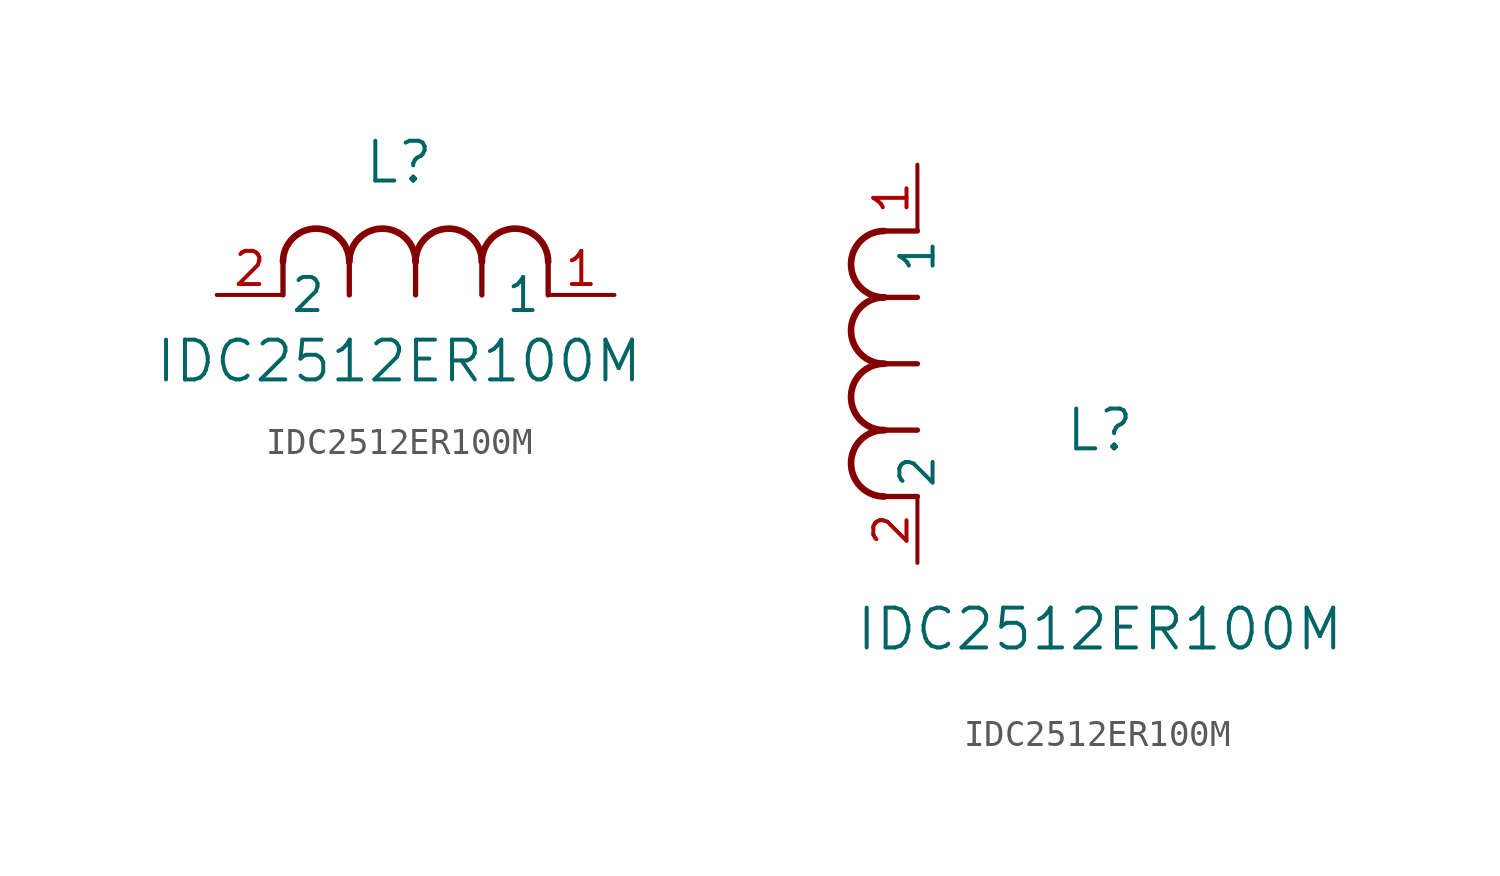
<source format=kicad_sym>
(kicad_symbol_lib
  (version 20211014)
  (generator kicad_symbol_editor)
  (symbol "IDC2512ER100M"
    (pin_names
      (offset 0.254))
    (property "Reference" "L"
      (at 6.985 5.08 0)
      (effects (font (size 1.524 1.524))))
    (property "Value" "IDC2512ER100M"
      (at 6.985 -2.54 0)
      (effects (font (size 1.524 1.524))))
    (symbol "IDC2512ER100M_1_1"
      (arc (start 7.62 1.27) (mid 6.35 2.54) (end 5.08 1.27) (stroke (width 0.254) (type default) (color 0 0 0 0)) (fill (type none)))
      (polyline (pts (xy 5.08 0) (xy 5.08 1.27)) (stroke (width 0.203) (type default) (color 0 0 0 0)) (fill (type none)))
      (polyline (pts (xy 7.62 0) (xy 7.62 1.27)) (stroke (width 0.203) (type default) (color 0 0 0 0)) (fill (type none)))
      (polyline (pts (xy 12.7 0) (xy 12.7 1.27)) (stroke (width 0.203) (type default) (color 0 0 0 0)) (fill (type none)))
      (arc (start 5.08 1.27) (mid 3.81 2.54) (end 2.54 1.27) (stroke (width 0.254) (type default) (color 0 0 0 0)) (fill (type none)))
      (arc (start 10.16 1.27) (mid 8.89 2.54) (end 7.62 1.27) (stroke (width 0.254) (type default) (color 0 0 0 0)) (fill (type none)))
      (arc (start 12.7 1.27) (mid 11.43 2.54) (end 10.16 1.27) (stroke (width 0.254) (type default) (color 0 0 0 0)) (fill (type none)))
      (polyline (pts (xy 2.54 0) (xy 2.54 1.27)) (stroke (width 0.203) (type default) (color 0 0 0 0)) (fill (type none)))
      (polyline (pts (xy 10.16 0) (xy 10.16 1.27)) (stroke (width 0.203) (type default) (color 0 0 0 0)) (fill (type none)))
      (pin unspecified line (at 0 0 0) (length 2.54) (name "2" (effects (font (size 1.27 1.27)))) (number "2" (effects (font (size 1.27 1.27)))))
      (pin unspecified line (at 15.24 0 180) (length 2.54) (name "1" (effects (font (size 1.27 1.27)))) (number "1" (effects (font (size 1.27 1.27))))))
    (symbol "IDC2512ER100M_1_2"
      (arc (start -1.27 7.62) (mid -2.54 6.35) (end -1.27 5.08) (stroke (width 0.254) (type default) (color 0 0 0 0)) (fill (type none)))
      (arc (start -1.27 5.08) (mid -2.54 3.81) (end -1.27 2.54) (stroke (width 0.254) (type default) (color 0 0 0 0)) (fill (type none)))
      (arc (start -1.27 12.7) (mid -2.54 11.43) (end -1.27 10.16) (stroke (width 0.254) (type default) (color 0 0 0 0)) (fill (type none)))
      (arc (start -1.27 10.16) (mid -2.54 8.89) (end -1.27 7.62) (stroke (width 0.254) (type default) (color 0 0 0 0)) (fill (type none)))
      (polyline (pts (xy 0 7.62) (xy -1.27 7.62)) (stroke (width 0.203) (type default) (color 0 0 0 0)) (fill (type none)))
      (polyline (pts (xy 0 5.08) (xy -1.27 5.08)) (stroke (width 0.203) (type default) (color 0 0 0 0)) (fill (type none)))
      (polyline (pts (xy 0 12.7) (xy -1.27 12.7)) (stroke (width 0.203) (type default) (color 0 0 0 0)) (fill (type none)))
      (polyline (pts (xy 0 2.54) (xy -1.27 2.54)) (stroke (width 0.203) (type default) (color 0 0 0 0)) (fill (type none)))
      (polyline (pts (xy 0 10.16) (xy -1.27 10.16)) (stroke (width 0.203) (type default) (color 0 0 0 0)) (fill (type none)))
      (pin unspecified line (at 0 0 90) (length 2.54) (name "2" (effects (font (size 1.27 1.27)))) (number "2" (effects (font (size 1.27 1.27)))))
      (pin unspecified line (at 0 15.24 270) (length 2.54) (name "1" (effects (font (size 1.27 1.27)))) (number "1" (effects (font (size 1.27 1.27))))))))
</source>
